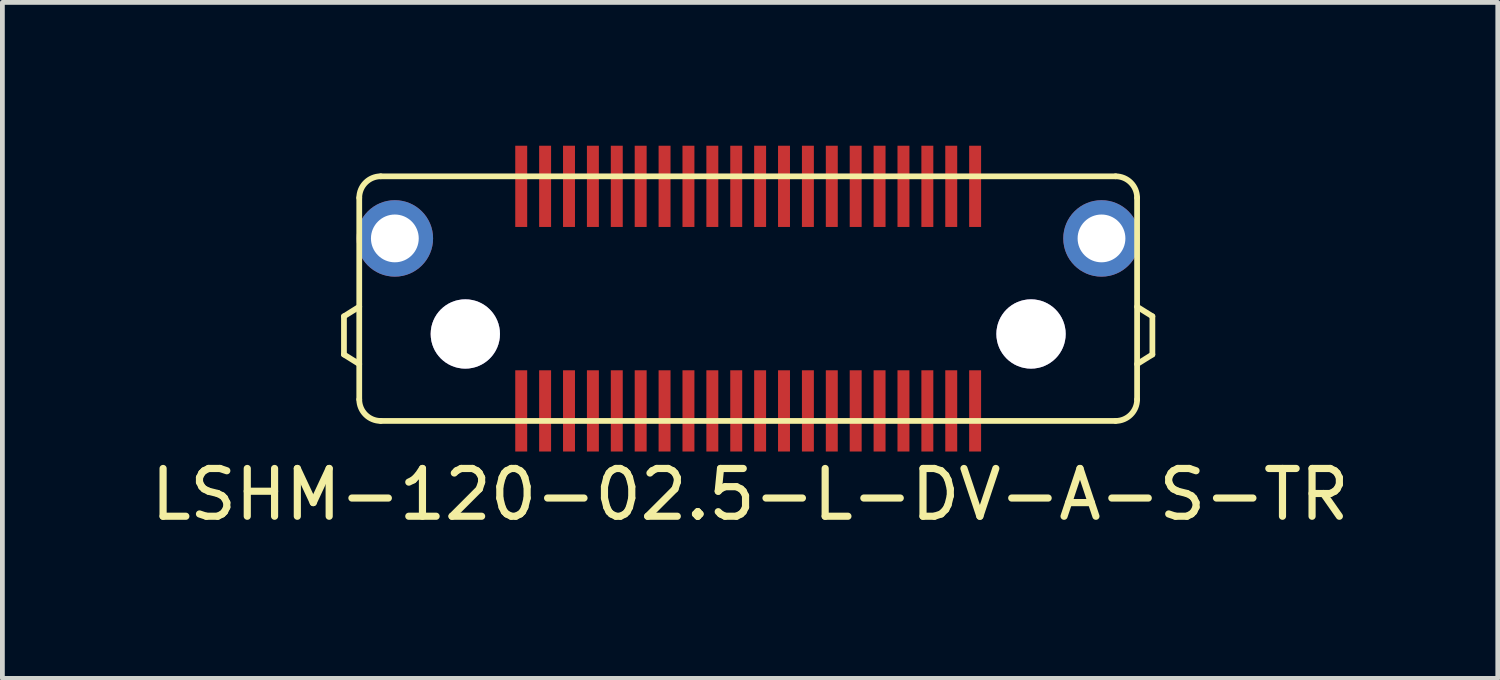
<source format=kicad_pcb>
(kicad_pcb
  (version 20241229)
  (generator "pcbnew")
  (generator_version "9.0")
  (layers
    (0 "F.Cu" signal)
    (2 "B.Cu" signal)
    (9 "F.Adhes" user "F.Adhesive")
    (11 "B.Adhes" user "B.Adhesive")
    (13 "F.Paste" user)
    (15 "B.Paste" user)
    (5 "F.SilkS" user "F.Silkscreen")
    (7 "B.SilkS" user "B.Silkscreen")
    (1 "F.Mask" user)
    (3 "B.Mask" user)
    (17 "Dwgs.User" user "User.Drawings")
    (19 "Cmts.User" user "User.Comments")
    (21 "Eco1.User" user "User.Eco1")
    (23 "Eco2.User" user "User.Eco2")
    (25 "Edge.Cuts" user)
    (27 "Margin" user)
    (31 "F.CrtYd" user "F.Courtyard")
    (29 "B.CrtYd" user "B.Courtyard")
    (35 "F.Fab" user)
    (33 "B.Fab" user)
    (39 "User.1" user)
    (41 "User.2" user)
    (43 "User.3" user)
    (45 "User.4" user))
  (footprint "LSHM-120-02.5-L-DV-A-S-TR"
    (layer "F.Cu")
    (at 12.609 3.2)
    (property "Reference" "LSHM-120-02.5-L-DV-A-S-TR" (at 0.04 4.1 0) (layer "F.SilkS") (effects (font (size 1 1) (thickness 0.15))))
    (attr through_hole)
    (fp_line (start -8.46 0.37) (end -8.46 1.17) (stroke (width 0.12) (type solid)) (layer "F.SilkS"))
    (fp_line (start -8.46 0.37) (end -8.14 0.17) (stroke (width 0.12) (type solid)) (layer "F.SilkS"))
    (fp_line (start -8.46 1.17) (end -8.14 1.37) (stroke (width 0.12) (type solid)) (layer "F.SilkS"))
    (fp_line (start -8.14 -2.11) (end -8.14 2.11) (stroke (width 0.12) (type solid)) (layer "F.SilkS"))
    (fp_line (start -7.69 -2.56) (end 7.69 -2.56) (stroke (width 0.12) (type solid)) (layer "F.SilkS"))
    (fp_line (start -7.69 2.56) (end 7.69 2.56) (stroke (width 0.12) (type solid)) (layer "F.SilkS"))
    (fp_line (start 8.14 2.11) (end 8.14 -2.11) (stroke (width 0.12) (type solid)) (layer "F.SilkS"))
    (fp_line (start 8.46 0.37) (end 8.14 0.17) (stroke (width 0.12) (type solid)) (layer "F.SilkS"))
    (fp_line (start 8.46 0.37) (end 8.46 1.17) (stroke (width 0.12) (type solid)) (layer "F.SilkS"))
    (fp_line (start 8.46 1.17) (end 8.14 1.37) (stroke (width 0.12) (type solid)) (layer "F.SilkS"))
    (fp_arc (start -8.14 -2.11) (mid -8.008198 -2.428198) (end -7.69 -2.56) (stroke (width 0.12) (type solid)) (layer "F.SilkS"))
    (fp_arc (start -7.69 2.56) (mid -8.008198 2.428198) (end -8.14 2.11) (stroke (width 0.12) (type solid)) (layer "F.SilkS"))
    (fp_arc (start 7.69 -2.56) (mid 8.008198 -2.428198) (end 8.14 -2.11) (stroke (width 0.12) (type solid)) (layer "F.SilkS"))
    (fp_arc (start 8.14 2.11) (mid 8.008198 2.428198) (end 7.69 2.56) (stroke (width 0.12) (type solid)) (layer "F.SilkS"))
    (pad "0" thru_hole circle (at -7.395 -1.26) (size 1.6 1.6) (drill 1) (layers "*.Cu" "*.Mask"))
    (pad "0" thru_hole circle (at -5.92 0.74) (size 1.45 1.45) (drill 1.45) (layers "*.Cu" "*.Mask"))
    (pad "0" thru_hole circle (at 5.92 0.74) (size 1.45 1.45) (drill 1.45) (layers "*.Cu" "*.Mask"))
    (pad "0" thru_hole circle (at 7.395 -1.26) (size 1.6 1.6) (drill 1) (layers "*.Cu" "*.Mask"))
    (pad "1" smd rect (at 4.75 2.35) (size 0.25 1.7) (layers "F.Cu" "F.Mask" "F.Paste"))
    (pad "2" smd rect (at 4.75 -2.35) (size 0.25 1.7) (layers "F.Cu" "F.Mask" "F.Paste"))
    (pad "3" smd rect (at 4.25 2.35) (size 0.25 1.7) (layers "F.Cu" "F.Mask" "F.Paste"))
    (pad "4" smd rect (at 4.25 -2.35) (size 0.25 1.7) (layers "F.Cu" "F.Mask" "F.Paste"))
    (pad "5" smd rect (at 3.75 2.35) (size 0.25 1.7) (layers "F.Cu" "F.Mask" "F.Paste"))
    (pad "6" smd rect (at 3.75 -2.35) (size 0.25 1.7) (layers "F.Cu" "F.Mask" "F.Paste"))
    (pad "7" smd rect (at 3.25 2.35) (size 0.25 1.7) (layers "F.Cu" "F.Mask" "F.Paste"))
    (pad "8" smd rect (at 3.25 -2.35) (size 0.25 1.7) (layers "F.Cu" "F.Mask" "F.Paste"))
    (pad "9" smd rect (at 2.75 2.35) (size 0.25 1.7) (layers "F.Cu" "F.Mask" "F.Paste"))
    (pad "10" smd rect (at 2.75 -2.35) (size 0.25 1.7) (layers "F.Cu" "F.Mask" "F.Paste"))
    (pad "11" smd rect (at 2.25 2.35) (size 0.25 1.7) (layers "F.Cu" "F.Mask" "F.Paste"))
    (pad "12" smd rect (at 2.25 -2.35) (size 0.25 1.7) (layers "F.Cu" "F.Mask" "F.Paste"))
    (pad "13" smd rect (at 1.75 2.35) (size 0.25 1.7) (layers "F.Cu" "F.Mask" "F.Paste"))
    (pad "14" smd rect (at 1.75 -2.35) (size 0.25 1.7) (layers "F.Cu" "F.Mask" "F.Paste"))
    (pad "15" smd rect (at 1.25 2.35) (size 0.25 1.7) (layers "F.Cu" "F.Mask" "F.Paste"))
    (pad "16" smd rect (at 1.25 -2.35) (size 0.25 1.7) (layers "F.Cu" "F.Mask" "F.Paste"))
    (pad "17" smd rect (at 0.75 2.35) (size 0.25 1.7) (layers "F.Cu" "F.Mask" "F.Paste"))
    (pad "18" smd rect (at 0.75 -2.35) (size 0.25 1.7) (layers "F.Cu" "F.Mask" "F.Paste"))
    (pad "19" smd rect (at 0.25 2.35) (size 0.25 1.7) (layers "F.Cu" "F.Mask" "F.Paste"))
    (pad "20" smd rect (at 0.25 -2.35) (size 0.25 1.7) (layers "F.Cu" "F.Mask" "F.Paste"))
    (pad "21" smd rect (at -0.25 2.35) (size 0.25 1.7) (layers "F.Cu" "F.Mask" "F.Paste"))
    (pad "22" smd rect (at -0.25 -2.35) (size 0.25 1.7) (layers "F.Cu" "F.Mask" "F.Paste"))
    (pad "23" smd rect (at -0.75 2.35) (size 0.25 1.7) (layers "F.Cu" "F.Mask" "F.Paste"))
    (pad "24" smd rect (at -0.75 -2.35) (size 0.25 1.7) (layers "F.Cu" "F.Mask" "F.Paste"))
    (pad "25" smd rect (at -1.25 2.35) (size 0.25 1.7) (layers "F.Cu" "F.Mask" "F.Paste"))
    (pad "26" smd rect (at -1.25 -2.35) (size 0.25 1.7) (layers "F.Cu" "F.Mask" "F.Paste"))
    (pad "27" smd rect (at -1.75 2.35) (size 0.25 1.7) (layers "F.Cu" "F.Mask" "F.Paste"))
    (pad "28" smd rect (at -1.75 -2.35) (size 0.25 1.7) (layers "F.Cu" "F.Mask" "F.Paste"))
    (pad "29" smd rect (at -2.25 2.35) (size 0.25 1.7) (layers "F.Cu" "F.Mask" "F.Paste"))
    (pad "30" smd rect (at -2.25 -2.35) (size 0.25 1.7) (layers "F.Cu" "F.Mask" "F.Paste"))
    (pad "31" smd rect (at -2.75 2.35) (size 0.25 1.7) (layers "F.Cu" "F.Mask" "F.Paste"))
    (pad "32" smd rect (at -2.75 -2.35) (size 0.25 1.7) (layers "F.Cu" "F.Mask" "F.Paste"))
    (pad "33" smd rect (at -3.25 2.35) (size 0.25 1.7) (layers "F.Cu" "F.Mask" "F.Paste"))
    (pad "34" smd rect (at -3.25 -2.35) (size 0.25 1.7) (layers "F.Cu" "F.Mask" "F.Paste"))
    (pad "35" smd rect (at -3.75 2.35) (size 0.25 1.7) (layers "F.Cu" "F.Mask" "F.Paste"))
    (pad "36" smd rect (at -3.75 -2.35) (size 0.25 1.7) (layers "F.Cu" "F.Mask" "F.Paste"))
    (pad "37" smd rect (at -4.25 2.35) (size 0.25 1.7) (layers "F.Cu" "F.Mask" "F.Paste"))
    (pad "38" smd rect (at -4.25 -2.35) (size 0.25 1.7) (layers "F.Cu" "F.Mask" "F.Paste"))
    (pad "39" smd rect (at -4.75 2.35) (size 0.25 1.7) (layers "F.Cu" "F.Mask" "F.Paste"))
    (pad "40" smd rect (at -4.75 -2.35) (size 0.25 1.7) (layers "F.Cu" "F.Mask" "F.Paste")))
  (gr_rect
    (start -3 -3)
    (end 28.298 11.148)
    (stroke (width 0.1) (type default))
    (fill no)
    (layer "Edge.Cuts")))
</source>
